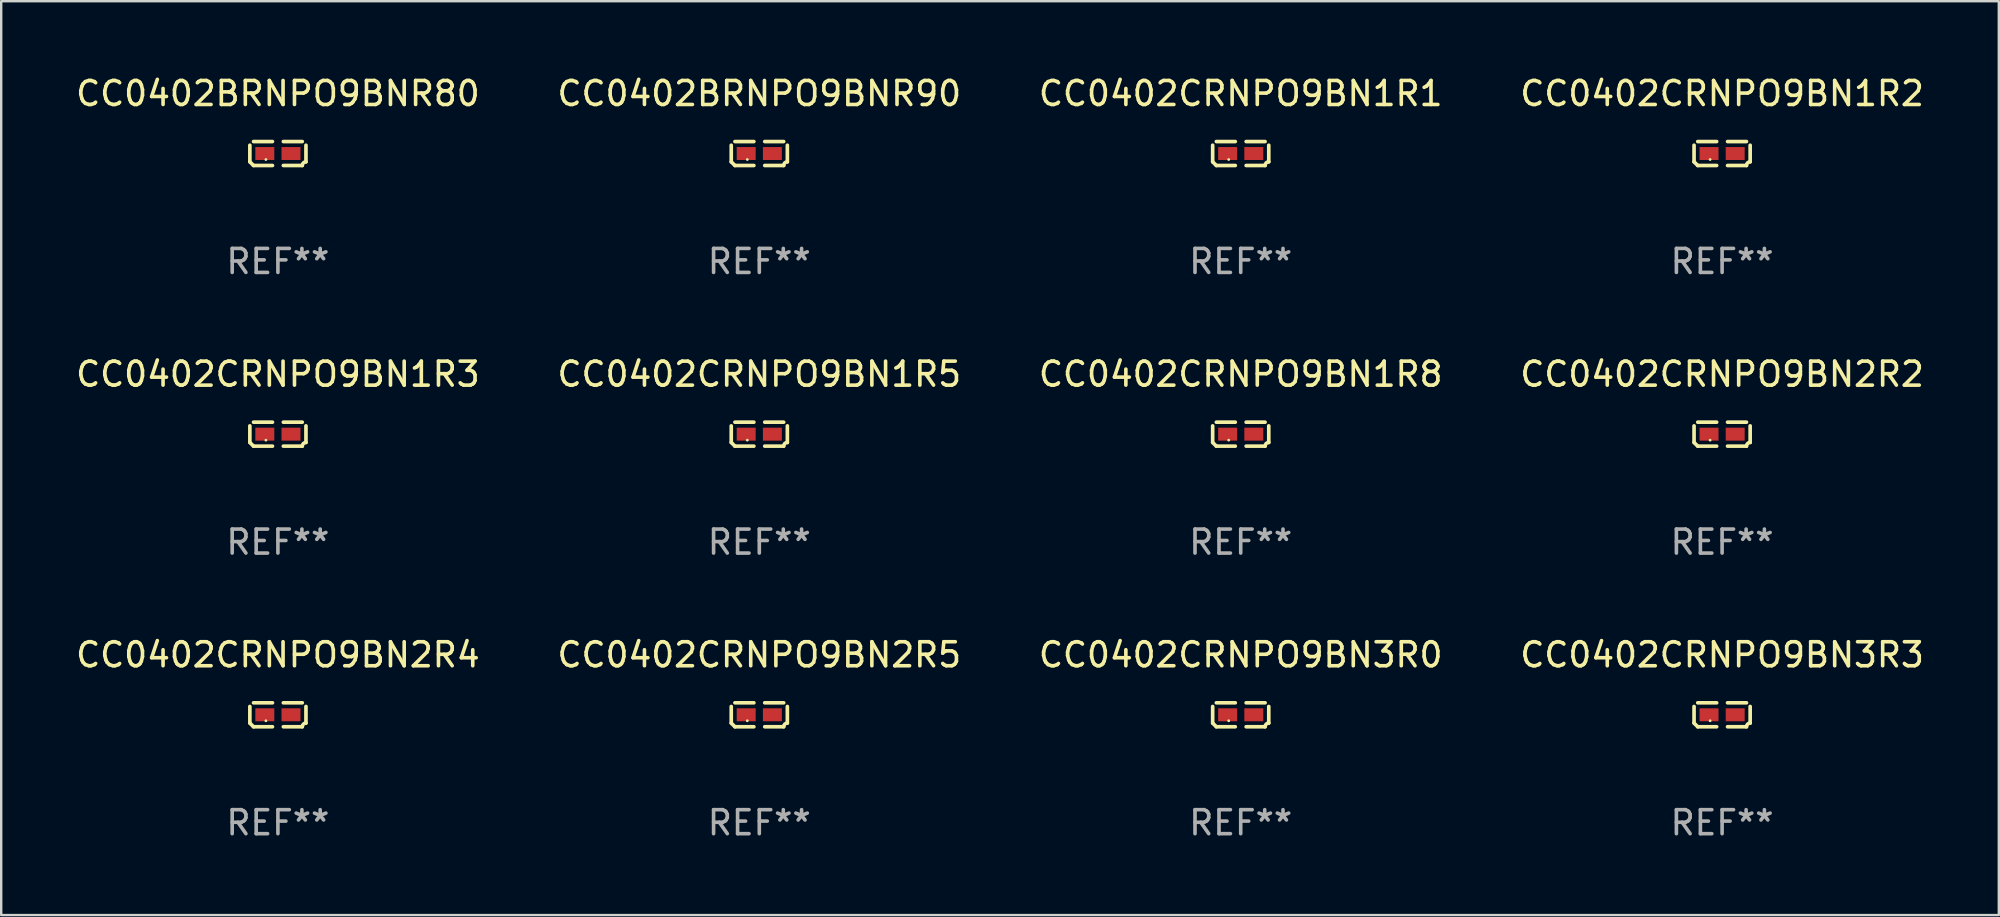
<source format=kicad_pcb>
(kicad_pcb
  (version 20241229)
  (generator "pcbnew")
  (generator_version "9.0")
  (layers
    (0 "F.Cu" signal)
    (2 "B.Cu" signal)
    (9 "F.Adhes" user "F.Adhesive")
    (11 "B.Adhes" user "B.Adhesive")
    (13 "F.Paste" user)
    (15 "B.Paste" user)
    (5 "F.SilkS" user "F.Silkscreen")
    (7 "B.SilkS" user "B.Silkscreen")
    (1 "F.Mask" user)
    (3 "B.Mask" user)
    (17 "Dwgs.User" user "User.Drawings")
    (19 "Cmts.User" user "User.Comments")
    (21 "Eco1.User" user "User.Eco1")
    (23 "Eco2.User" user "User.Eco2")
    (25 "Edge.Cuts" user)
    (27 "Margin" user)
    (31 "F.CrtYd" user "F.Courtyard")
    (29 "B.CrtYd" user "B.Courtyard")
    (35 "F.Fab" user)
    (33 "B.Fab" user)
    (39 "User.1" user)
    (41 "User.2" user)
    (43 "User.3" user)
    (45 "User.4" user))
  (footprint "CC0402BRNPO9BNR80"
    (layer "F.Cu")
    (at 8.53 3.347)
    (property "Reference" "CC0402BRNPO9BNR80" (at 0 -2.499 0) (layer "F.SilkS") (effects (font (size 1 1) (thickness 0.15))))
    (attr through_hole)
    (fp_line (start -1.169 0.346) (end -1.169 -0.346) (stroke (width 0.152) (type solid)) (layer "F.SilkS"))
    (fp_line (start -1.016 -0.499) (end -0.226 -0.499) (stroke (width 0.152) (type solid)) (layer "F.SilkS"))
    (fp_line (start -0.226 0.499) (end -1.016 0.499) (stroke (width 0.152) (type solid)) (layer "F.SilkS"))
    (fp_line (start 0.226 0.499) (end 1.016 0.499) (stroke (width 0.152) (type solid)) (layer "F.SilkS"))
    (fp_line (start 1.016 -0.499) (end 0.226 -0.499) (stroke (width 0.152) (type solid)) (layer "F.SilkS"))
    (fp_line (start 1.169 0.346) (end 1.169 -0.346) (stroke (width 0.152) (type solid)) (layer "F.SilkS"))
    (fp_arc (start -1.016307 0.498603) (mid -1.092512 0.422405) (end -1.16871 0.3462) (stroke (width 0.1524) (type solid)) (layer "F.SilkS"))
    (fp_arc (start 1.016307 0.498603) (mid 1.060899 0.390758) (end 1.168707 0.346076) (stroke (width 0.1524) (type solid)) (layer "F.SilkS"))
    (fp_circle (center -0.5 0.25) (end -0.47 0.25) (stroke (width 0.06) (type solid)) (fill no) (layer "F.SilkS"))
    (fp_text user "REF**" (at 0 4.499 0) (layer "F.Fab") (effects (font (size 1 1) (thickness 0.15))))
    (pad "1" smd rect (at -0.545 0) (size 0.79 0.54) (layers "F.Cu" "F.Mask" "F.Paste"))
    (pad "2" smd rect (at 0.545 0) (size 0.79 0.54) (layers "F.Cu" "F.Mask" "F.Paste")))
  (footprint "CC0402CRNPO9BN2R4"
    (layer "F.Cu")
    (at 8.53 26.734)
    (property "Reference" "CC0402CRNPO9BN2R4" (at 0 -2.499 0) (layer "F.SilkS") (effects (font (size 1 1) (thickness 0.15))))
    (attr through_hole)
    (fp_line (start -1.169 0.346) (end -1.169 -0.346) (stroke (width 0.152) (type solid)) (layer "F.SilkS"))
    (fp_line (start -1.016 -0.499) (end -0.226 -0.499) (stroke (width 0.152) (type solid)) (layer "F.SilkS"))
    (fp_line (start -0.226 0.499) (end -1.016 0.499) (stroke (width 0.152) (type solid)) (layer "F.SilkS"))
    (fp_line (start 0.226 0.499) (end 1.016 0.499) (stroke (width 0.152) (type solid)) (layer "F.SilkS"))
    (fp_line (start 1.016 -0.499) (end 0.226 -0.499) (stroke (width 0.152) (type solid)) (layer "F.SilkS"))
    (fp_line (start 1.169 0.346) (end 1.169 -0.346) (stroke (width 0.152) (type solid)) (layer "F.SilkS"))
    (fp_arc (start -1.016307 0.498603) (mid -1.092512 0.422405) (end -1.16871 0.3462) (stroke (width 0.1524) (type solid)) (layer "F.SilkS"))
    (fp_arc (start 1.016307 0.498603) (mid 1.060899 0.390758) (end 1.168707 0.346076) (stroke (width 0.1524) (type solid)) (layer "F.SilkS"))
    (fp_circle (center -0.5 0.25) (end -0.47 0.25) (stroke (width 0.06) (type solid)) (fill no) (layer "F.SilkS"))
    (fp_text user "REF**" (at 0 4.499 0) (layer "F.Fab") (effects (font (size 1 1) (thickness 0.15))))
    (pad "1" smd rect (at -0.545 0) (size 0.79 0.54) (layers "F.Cu" "F.Mask" "F.Paste"))
    (pad "2" smd rect (at 0.545 0) (size 0.79 0.54) (layers "F.Cu" "F.Mask" "F.Paste")))
  (footprint "CC0402CRNPO9BN2R2"
    (layer "F.Cu")
    (at 68.708 15.041)
    (property "Reference" "CC0402CRNPO9BN2R2" (at 0 -2.499 0) (layer "F.SilkS") (effects (font (size 1 1) (thickness 0.15))))
    (attr through_hole)
    (fp_line (start -1.169 0.346) (end -1.169 -0.346) (stroke (width 0.152) (type solid)) (layer "F.SilkS"))
    (fp_line (start -1.016 -0.499) (end -0.226 -0.499) (stroke (width 0.152) (type solid)) (layer "F.SilkS"))
    (fp_line (start -0.226 0.499) (end -1.016 0.499) (stroke (width 0.152) (type solid)) (layer "F.SilkS"))
    (fp_line (start 0.226 0.499) (end 1.016 0.499) (stroke (width 0.152) (type solid)) (layer "F.SilkS"))
    (fp_line (start 1.016 -0.499) (end 0.226 -0.499) (stroke (width 0.152) (type solid)) (layer "F.SilkS"))
    (fp_line (start 1.169 0.346) (end 1.169 -0.346) (stroke (width 0.152) (type solid)) (layer "F.SilkS"))
    (fp_arc (start -1.016307 0.498603) (mid -1.092512 0.422405) (end -1.16871 0.3462) (stroke (width 0.1524) (type solid)) (layer "F.SilkS"))
    (fp_arc (start 1.016307 0.498603) (mid 1.060899 0.390758) (end 1.168707 0.346076) (stroke (width 0.1524) (type solid)) (layer "F.SilkS"))
    (fp_circle (center -0.5 0.25) (end -0.47 0.25) (stroke (width 0.06) (type solid)) (fill no) (layer "F.SilkS"))
    (fp_text user "REF**" (at 0 4.499 0) (layer "F.Fab") (effects (font (size 1 1) (thickness 0.15))))
    (pad "1" smd rect (at -0.545 0) (size 0.79 0.54) (layers "F.Cu" "F.Mask" "F.Paste"))
    (pad "2" smd rect (at 0.545 0) (size 0.79 0.54) (layers "F.Cu" "F.Mask" "F.Paste")))
  (footprint "CC0402CRNPO9BN2R5"
    (layer "F.Cu")
    (at 28.589 26.734)
    (property "Reference" "CC0402CRNPO9BN2R5" (at 0 -2.499 0) (layer "F.SilkS") (effects (font (size 1 1) (thickness 0.15))))
    (attr through_hole)
    (fp_line (start -1.169 0.346) (end -1.169 -0.346) (stroke (width 0.152) (type solid)) (layer "F.SilkS"))
    (fp_line (start -1.016 -0.499) (end -0.226 -0.499) (stroke (width 0.152) (type solid)) (layer "F.SilkS"))
    (fp_line (start -0.226 0.499) (end -1.016 0.499) (stroke (width 0.152) (type solid)) (layer "F.SilkS"))
    (fp_line (start 0.226 0.499) (end 1.016 0.499) (stroke (width 0.152) (type solid)) (layer "F.SilkS"))
    (fp_line (start 1.016 -0.499) (end 0.226 -0.499) (stroke (width 0.152) (type solid)) (layer "F.SilkS"))
    (fp_line (start 1.169 0.346) (end 1.169 -0.346) (stroke (width 0.152) (type solid)) (layer "F.SilkS"))
    (fp_arc (start -1.016307 0.498603) (mid -1.092512 0.422405) (end -1.16871 0.3462) (stroke (width 0.1524) (type solid)) (layer "F.SilkS"))
    (fp_arc (start 1.016307 0.498603) (mid 1.060899 0.390758) (end 1.168707 0.346076) (stroke (width 0.1524) (type solid)) (layer "F.SilkS"))
    (fp_circle (center -0.5 0.25) (end -0.47 0.25) (stroke (width 0.06) (type solid)) (fill no) (layer "F.SilkS"))
    (fp_text user "REF**" (at 0 4.499 0) (layer "F.Fab") (effects (font (size 1 1) (thickness 0.15))))
    (pad "1" smd rect (at -0.545 0) (size 0.79 0.54) (layers "F.Cu" "F.Mask" "F.Paste"))
    (pad "2" smd rect (at 0.545 0) (size 0.79 0.54) (layers "F.Cu" "F.Mask" "F.Paste")))
  (footprint "CC0402CRNPO9BN1R8"
    (layer "F.Cu")
    (at 48.649 15.041)
    (property "Reference" "CC0402CRNPO9BN1R8" (at 0 -2.499 0) (layer "F.SilkS") (effects (font (size 1 1) (thickness 0.15))))
    (attr through_hole)
    (fp_line (start -1.169 0.346) (end -1.169 -0.346) (stroke (width 0.152) (type solid)) (layer "F.SilkS"))
    (fp_line (start -1.016 -0.499) (end -0.226 -0.499) (stroke (width 0.152) (type solid)) (layer "F.SilkS"))
    (fp_line (start -0.226 0.499) (end -1.016 0.499) (stroke (width 0.152) (type solid)) (layer "F.SilkS"))
    (fp_line (start 0.226 0.499) (end 1.016 0.499) (stroke (width 0.152) (type solid)) (layer "F.SilkS"))
    (fp_line (start 1.016 -0.499) (end 0.226 -0.499) (stroke (width 0.152) (type solid)) (layer "F.SilkS"))
    (fp_line (start 1.169 0.346) (end 1.169 -0.346) (stroke (width 0.152) (type solid)) (layer "F.SilkS"))
    (fp_arc (start -1.016307 0.498603) (mid -1.092512 0.422405) (end -1.16871 0.3462) (stroke (width 0.1524) (type solid)) (layer "F.SilkS"))
    (fp_arc (start 1.016307 0.498603) (mid 1.060899 0.390758) (end 1.168707 0.346076) (stroke (width 0.1524) (type solid)) (layer "F.SilkS"))
    (fp_circle (center -0.5 0.25) (end -0.47 0.25) (stroke (width 0.06) (type solid)) (fill no) (layer "F.SilkS"))
    (fp_text user "REF**" (at 0 4.499 0) (layer "F.Fab") (effects (font (size 1 1) (thickness 0.15))))
    (pad "1" smd rect (at -0.545 0) (size 0.79 0.54) (layers "F.Cu" "F.Mask" "F.Paste"))
    (pad "2" smd rect (at 0.545 0) (size 0.79 0.54) (layers "F.Cu" "F.Mask" "F.Paste")))
  (footprint "CC0402CRNPO9BN1R2"
    (layer "F.Cu")
    (at 68.708 3.347)
    (property "Reference" "CC0402CRNPO9BN1R2" (at 0 -2.499 0) (layer "F.SilkS") (effects (font (size 1 1) (thickness 0.15))))
    (attr through_hole)
    (fp_line (start -1.169 0.346) (end -1.169 -0.346) (stroke (width 0.152) (type solid)) (layer "F.SilkS"))
    (fp_line (start -1.016 -0.499) (end -0.226 -0.499) (stroke (width 0.152) (type solid)) (layer "F.SilkS"))
    (fp_line (start -0.226 0.499) (end -1.016 0.499) (stroke (width 0.152) (type solid)) (layer "F.SilkS"))
    (fp_line (start 0.226 0.499) (end 1.016 0.499) (stroke (width 0.152) (type solid)) (layer "F.SilkS"))
    (fp_line (start 1.016 -0.499) (end 0.226 -0.499) (stroke (width 0.152) (type solid)) (layer "F.SilkS"))
    (fp_line (start 1.169 0.346) (end 1.169 -0.346) (stroke (width 0.152) (type solid)) (layer "F.SilkS"))
    (fp_arc (start -1.016307 0.498603) (mid -1.092512 0.422405) (end -1.16871 0.3462) (stroke (width 0.1524) (type solid)) (layer "F.SilkS"))
    (fp_arc (start 1.016307 0.498603) (mid 1.060899 0.390758) (end 1.168707 0.346076) (stroke (width 0.1524) (type solid)) (layer "F.SilkS"))
    (fp_circle (center -0.5 0.25) (end -0.47 0.25) (stroke (width 0.06) (type solid)) (fill no) (layer "F.SilkS"))
    (fp_text user "REF**" (at 0 4.499 0) (layer "F.Fab") (effects (font (size 1 1) (thickness 0.15))))
    (pad "1" smd rect (at -0.545 0) (size 0.79 0.54) (layers "F.Cu" "F.Mask" "F.Paste"))
    (pad "2" smd rect (at 0.545 0) (size 0.79 0.54) (layers "F.Cu" "F.Mask" "F.Paste")))
  (footprint "CC0402BRNPO9BNR90"
    (layer "F.Cu")
    (at 28.589 3.347)
    (property "Reference" "CC0402BRNPO9BNR90" (at 0 -2.499 0) (layer "F.SilkS") (effects (font (size 1 1) (thickness 0.15))))
    (attr through_hole)
    (fp_line (start -1.169 0.346) (end -1.169 -0.346) (stroke (width 0.152) (type solid)) (layer "F.SilkS"))
    (fp_line (start -1.016 -0.499) (end -0.226 -0.499) (stroke (width 0.152) (type solid)) (layer "F.SilkS"))
    (fp_line (start -0.226 0.499) (end -1.016 0.499) (stroke (width 0.152) (type solid)) (layer "F.SilkS"))
    (fp_line (start 0.226 0.499) (end 1.016 0.499) (stroke (width 0.152) (type solid)) (layer "F.SilkS"))
    (fp_line (start 1.016 -0.499) (end 0.226 -0.499) (stroke (width 0.152) (type solid)) (layer "F.SilkS"))
    (fp_line (start 1.169 0.346) (end 1.169 -0.346) (stroke (width 0.152) (type solid)) (layer "F.SilkS"))
    (fp_arc (start -1.016307 0.498603) (mid -1.092512 0.422405) (end -1.16871 0.3462) (stroke (width 0.1524) (type solid)) (layer "F.SilkS"))
    (fp_arc (start 1.016307 0.498603) (mid 1.060899 0.390758) (end 1.168707 0.346076) (stroke (width 0.1524) (type solid)) (layer "F.SilkS"))
    (fp_circle (center -0.5 0.25) (end -0.47 0.25) (stroke (width 0.06) (type solid)) (fill no) (layer "F.SilkS"))
    (fp_text user "REF**" (at 0 4.499 0) (layer "F.Fab") (effects (font (size 1 1) (thickness 0.15))))
    (pad "1" smd rect (at -0.545 0) (size 0.79 0.54) (layers "F.Cu" "F.Mask" "F.Paste"))
    (pad "2" smd rect (at 0.545 0) (size 0.79 0.54) (layers "F.Cu" "F.Mask" "F.Paste")))
  (footprint "CC0402CRNPO9BN3R0"
    (layer "F.Cu")
    (at 48.649 26.734)
    (property "Reference" "CC0402CRNPO9BN3R0" (at 0 -2.499 0) (layer "F.SilkS") (effects (font (size 1 1) (thickness 0.15))))
    (attr through_hole)
    (fp_line (start -1.169 0.346) (end -1.169 -0.346) (stroke (width 0.152) (type solid)) (layer "F.SilkS"))
    (fp_line (start -1.016 -0.499) (end -0.226 -0.499) (stroke (width 0.152) (type solid)) (layer "F.SilkS"))
    (fp_line (start -0.226 0.499) (end -1.016 0.499) (stroke (width 0.152) (type solid)) (layer "F.SilkS"))
    (fp_line (start 0.226 0.499) (end 1.016 0.499) (stroke (width 0.152) (type solid)) (layer "F.SilkS"))
    (fp_line (start 1.016 -0.499) (end 0.226 -0.499) (stroke (width 0.152) (type solid)) (layer "F.SilkS"))
    (fp_line (start 1.169 0.346) (end 1.169 -0.346) (stroke (width 0.152) (type solid)) (layer "F.SilkS"))
    (fp_arc (start -1.016307 0.498603) (mid -1.092512 0.422405) (end -1.16871 0.3462) (stroke (width 0.1524) (type solid)) (layer "F.SilkS"))
    (fp_arc (start 1.016307 0.498603) (mid 1.060899 0.390758) (end 1.168707 0.346076) (stroke (width 0.1524) (type solid)) (layer "F.SilkS"))
    (fp_circle (center -0.5 0.25) (end -0.47 0.25) (stroke (width 0.06) (type solid)) (fill no) (layer "F.SilkS"))
    (fp_text user "REF**" (at 0 4.499 0) (layer "F.Fab") (effects (font (size 1 1) (thickness 0.15))))
    (pad "1" smd rect (at -0.545 0) (size 0.79 0.54) (layers "F.Cu" "F.Mask" "F.Paste"))
    (pad "2" smd rect (at 0.545 0) (size 0.79 0.54) (layers "F.Cu" "F.Mask" "F.Paste")))
  (footprint "CC0402CRNPO9BN3R3"
    (layer "F.Cu")
    (at 68.708 26.734)
    (property "Reference" "CC0402CRNPO9BN3R3" (at 0 -2.499 0) (layer "F.SilkS") (effects (font (size 1 1) (thickness 0.15))))
    (attr through_hole)
    (fp_line (start -1.169 0.346) (end -1.169 -0.346) (stroke (width 0.152) (type solid)) (layer "F.SilkS"))
    (fp_line (start -1.016 -0.499) (end -0.226 -0.499) (stroke (width 0.152) (type solid)) (layer "F.SilkS"))
    (fp_line (start -0.226 0.499) (end -1.016 0.499) (stroke (width 0.152) (type solid)) (layer "F.SilkS"))
    (fp_line (start 0.226 0.499) (end 1.016 0.499) (stroke (width 0.152) (type solid)) (layer "F.SilkS"))
    (fp_line (start 1.016 -0.499) (end 0.226 -0.499) (stroke (width 0.152) (type solid)) (layer "F.SilkS"))
    (fp_line (start 1.169 0.346) (end 1.169 -0.346) (stroke (width 0.152) (type solid)) (layer "F.SilkS"))
    (fp_arc (start -1.016307 0.498603) (mid -1.092512 0.422405) (end -1.16871 0.3462) (stroke (width 0.1524) (type solid)) (layer "F.SilkS"))
    (fp_arc (start 1.016307 0.498603) (mid 1.060899 0.390758) (end 1.168707 0.346076) (stroke (width 0.1524) (type solid)) (layer "F.SilkS"))
    (fp_circle (center -0.5 0.25) (end -0.47 0.25) (stroke (width 0.06) (type solid)) (fill no) (layer "F.SilkS"))
    (fp_text user "REF**" (at 0 4.499 0) (layer "F.Fab") (effects (font (size 1 1) (thickness 0.15))))
    (pad "1" smd rect (at -0.545 0) (size 0.79 0.54) (layers "F.Cu" "F.Mask" "F.Paste"))
    (pad "2" smd rect (at 0.545 0) (size 0.79 0.54) (layers "F.Cu" "F.Mask" "F.Paste")))
  (footprint "CC0402CRNPO9BN1R3"
    (layer "F.Cu")
    (at 8.53 15.041)
    (property "Reference" "CC0402CRNPO9BN1R3" (at 0 -2.499 0) (layer "F.SilkS") (effects (font (size 1 1) (thickness 0.15))))
    (attr through_hole)
    (fp_line (start -1.169 0.346) (end -1.169 -0.346) (stroke (width 0.152) (type solid)) (layer "F.SilkS"))
    (fp_line (start -1.016 -0.499) (end -0.226 -0.499) (stroke (width 0.152) (type solid)) (layer "F.SilkS"))
    (fp_line (start -0.226 0.499) (end -1.016 0.499) (stroke (width 0.152) (type solid)) (layer "F.SilkS"))
    (fp_line (start 0.226 0.499) (end 1.016 0.499) (stroke (width 0.152) (type solid)) (layer "F.SilkS"))
    (fp_line (start 1.016 -0.499) (end 0.226 -0.499) (stroke (width 0.152) (type solid)) (layer "F.SilkS"))
    (fp_line (start 1.169 0.346) (end 1.169 -0.346) (stroke (width 0.152) (type solid)) (layer "F.SilkS"))
    (fp_arc (start -1.016307 0.498603) (mid -1.092512 0.422405) (end -1.16871 0.3462) (stroke (width 0.1524) (type solid)) (layer "F.SilkS"))
    (fp_arc (start 1.016307 0.498603) (mid 1.060899 0.390758) (end 1.168707 0.346076) (stroke (width 0.1524) (type solid)) (layer "F.SilkS"))
    (fp_circle (center -0.5 0.25) (end -0.47 0.25) (stroke (width 0.06) (type solid)) (fill no) (layer "F.SilkS"))
    (fp_text user "REF**" (at 0 4.499 0) (layer "F.Fab") (effects (font (size 1 1) (thickness 0.15))))
    (pad "1" smd rect (at -0.545 0) (size 0.79 0.54) (layers "F.Cu" "F.Mask" "F.Paste"))
    (pad "2" smd rect (at 0.545 0) (size 0.79 0.54) (layers "F.Cu" "F.Mask" "F.Paste")))
  (footprint "CC0402CRNPO9BN1R1"
    (layer "F.Cu")
    (at 48.649 3.347)
    (property "Reference" "CC0402CRNPO9BN1R1" (at 0 -2.499 0) (layer "F.SilkS") (effects (font (size 1 1) (thickness 0.15))))
    (attr through_hole)
    (fp_line (start -1.169 0.346) (end -1.169 -0.346) (stroke (width 0.152) (type solid)) (layer "F.SilkS"))
    (fp_line (start -1.016 -0.499) (end -0.226 -0.499) (stroke (width 0.152) (type solid)) (layer "F.SilkS"))
    (fp_line (start -0.226 0.499) (end -1.016 0.499) (stroke (width 0.152) (type solid)) (layer "F.SilkS"))
    (fp_line (start 0.226 0.499) (end 1.016 0.499) (stroke (width 0.152) (type solid)) (layer "F.SilkS"))
    (fp_line (start 1.016 -0.499) (end 0.226 -0.499) (stroke (width 0.152) (type solid)) (layer "F.SilkS"))
    (fp_line (start 1.169 0.346) (end 1.169 -0.346) (stroke (width 0.152) (type solid)) (layer "F.SilkS"))
    (fp_arc (start -1.016307 0.498603) (mid -1.092512 0.422405) (end -1.16871 0.3462) (stroke (width 0.1524) (type solid)) (layer "F.SilkS"))
    (fp_arc (start 1.016307 0.498603) (mid 1.060899 0.390758) (end 1.168707 0.346076) (stroke (width 0.1524) (type solid)) (layer "F.SilkS"))
    (fp_circle (center -0.5 0.25) (end -0.47 0.25) (stroke (width 0.06) (type solid)) (fill no) (layer "F.SilkS"))
    (fp_text user "REF**" (at 0 4.499 0) (layer "F.Fab") (effects (font (size 1 1) (thickness 0.15))))
    (pad "1" smd rect (at -0.545 0) (size 0.79 0.54) (layers "F.Cu" "F.Mask" "F.Paste"))
    (pad "2" smd rect (at 0.545 0) (size 0.79 0.54) (layers "F.Cu" "F.Mask" "F.Paste")))
  (footprint "CC0402CRNPO9BN1R5"
    (layer "F.Cu")
    (at 28.589 15.041)
    (property "Reference" "CC0402CRNPO9BN1R5" (at 0 -2.499 0) (layer "F.SilkS") (effects (font (size 1 1) (thickness 0.15))))
    (attr through_hole)
    (fp_line (start -1.169 0.346) (end -1.169 -0.346) (stroke (width 0.152) (type solid)) (layer "F.SilkS"))
    (fp_line (start -1.016 -0.499) (end -0.226 -0.499) (stroke (width 0.152) (type solid)) (layer "F.SilkS"))
    (fp_line (start -0.226 0.499) (end -1.016 0.499) (stroke (width 0.152) (type solid)) (layer "F.SilkS"))
    (fp_line (start 0.226 0.499) (end 1.016 0.499) (stroke (width 0.152) (type solid)) (layer "F.SilkS"))
    (fp_line (start 1.016 -0.499) (end 0.226 -0.499) (stroke (width 0.152) (type solid)) (layer "F.SilkS"))
    (fp_line (start 1.169 0.346) (end 1.169 -0.346) (stroke (width 0.152) (type solid)) (layer "F.SilkS"))
    (fp_arc (start -1.016307 0.498603) (mid -1.092512 0.422405) (end -1.16871 0.3462) (stroke (width 0.1524) (type solid)) (layer "F.SilkS"))
    (fp_arc (start 1.016307 0.498603) (mid 1.060899 0.390758) (end 1.168707 0.346076) (stroke (width 0.1524) (type solid)) (layer "F.SilkS"))
    (fp_circle (center -0.5 0.25) (end -0.47 0.25) (stroke (width 0.06) (type solid)) (fill no) (layer "F.SilkS"))
    (fp_text user "REF**" (at 0 4.499 0) (layer "F.Fab") (effects (font (size 1 1) (thickness 0.15))))
    (pad "1" smd rect (at -0.545 0) (size 0.79 0.54) (layers "F.Cu" "F.Mask" "F.Paste"))
    (pad "2" smd rect (at 0.545 0) (size 0.79 0.54) (layers "F.Cu" "F.Mask" "F.Paste")))
  (gr_rect
    (start -3 -3)
    (end 80.238 35.081)
    (stroke (width 0.1) (type default))
    (fill no)
    (layer "Edge.Cuts")))
</source>
